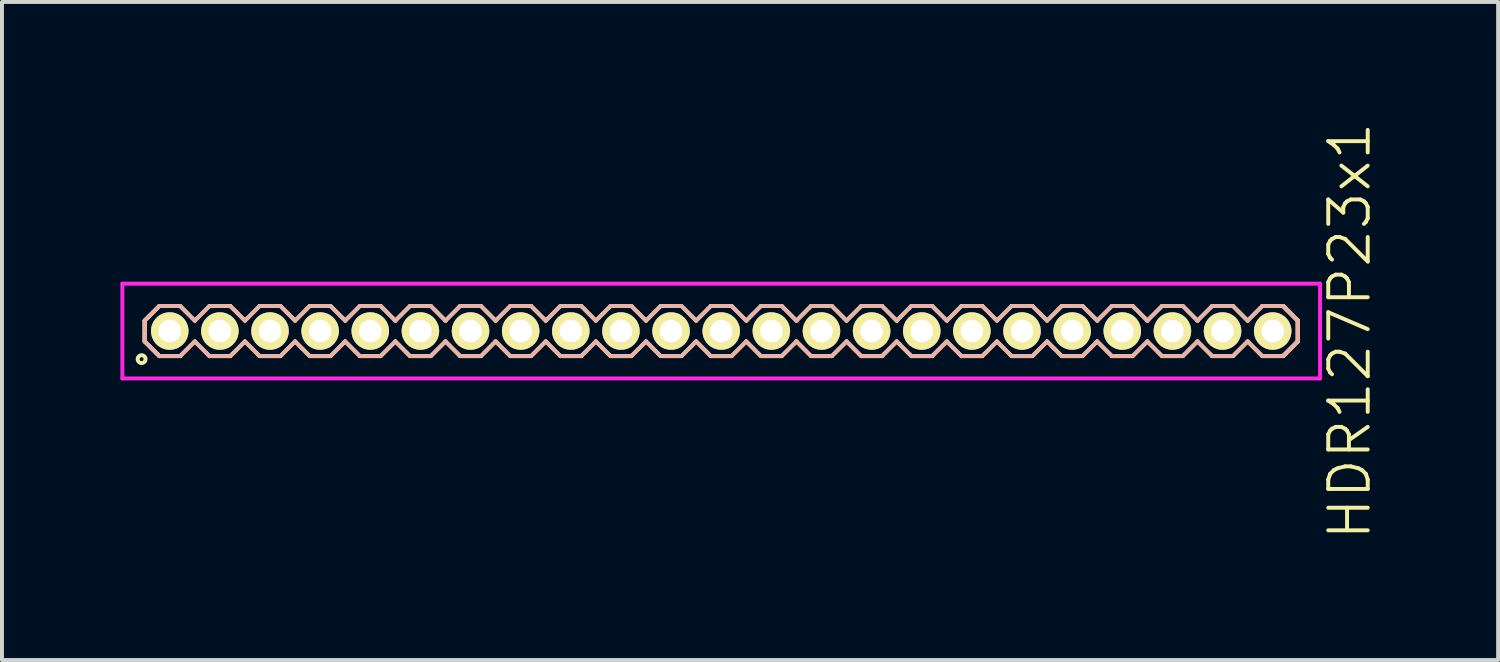
<source format=kicad_pcb>
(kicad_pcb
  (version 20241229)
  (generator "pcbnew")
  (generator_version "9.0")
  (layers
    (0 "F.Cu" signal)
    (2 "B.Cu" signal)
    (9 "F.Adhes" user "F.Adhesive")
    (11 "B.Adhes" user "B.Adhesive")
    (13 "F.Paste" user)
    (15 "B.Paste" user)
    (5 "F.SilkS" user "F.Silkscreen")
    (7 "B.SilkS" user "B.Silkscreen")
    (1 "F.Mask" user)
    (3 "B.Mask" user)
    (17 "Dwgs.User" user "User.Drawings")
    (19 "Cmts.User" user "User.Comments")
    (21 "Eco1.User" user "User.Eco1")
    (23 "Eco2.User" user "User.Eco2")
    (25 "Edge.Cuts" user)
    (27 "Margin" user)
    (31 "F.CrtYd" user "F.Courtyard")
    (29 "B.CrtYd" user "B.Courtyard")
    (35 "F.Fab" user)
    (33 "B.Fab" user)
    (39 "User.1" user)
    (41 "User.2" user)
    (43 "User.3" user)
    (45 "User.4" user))
  (footprint "HDR127P23x1"
    (layer "F.Cu")
    (at 15.22 5.336)
    (property "Reference" "HDR127P23x1" (at 15.92 0 90) (layer "F.SilkS") (effects (font (size 1 1) (thickness 0.1))))
    (attr through_hole)
    (fp_line (start -14.605 -0.263) (end -14.233 -0.635) (stroke (width 0.1) (type solid)) (layer "F.SilkS"))
    (fp_line (start -14.605 -0.263) (end -14.233 -0.635) (stroke (width 0.1) (type solid)) (layer "F.SilkS"))
    (fp_line (start -14.605 0.263) (end -14.605 -0.263) (stroke (width 0.1) (type solid)) (layer "F.SilkS"))
    (fp_line (start -14.605 0.263) (end -14.605 -0.263) (stroke (width 0.1) (type solid)) (layer "F.SilkS"))
    (fp_line (start -14.233 -0.635) (end -13.707 -0.635) (stroke (width 0.1) (type solid)) (layer "F.SilkS"))
    (fp_line (start -14.233 0.635) (end -14.605 0.263) (stroke (width 0.1) (type solid)) (layer "F.SilkS"))
    (fp_line (start -14.233 0.635) (end -14.605 0.263) (stroke (width 0.1) (type solid)) (layer "F.SilkS"))
    (fp_line (start -13.707 -0.635) (end -13.335 -0.263) (stroke (width 0.1) (type solid)) (layer "F.SilkS"))
    (fp_line (start -13.707 0.635) (end -14.233 0.635) (stroke (width 0.1) (type solid)) (layer "F.SilkS"))
    (fp_line (start -13.335 -0.263) (end -12.963 -0.635) (stroke (width 0.1) (type solid)) (layer "F.SilkS"))
    (fp_line (start -13.335 0.263) (end -13.707 0.635) (stroke (width 0.1) (type solid)) (layer "F.SilkS"))
    (fp_line (start -12.963 -0.635) (end -12.437 -0.635) (stroke (width 0.1) (type solid)) (layer "F.SilkS"))
    (fp_line (start -12.963 0.635) (end -13.335 0.263) (stroke (width 0.1) (type solid)) (layer "F.SilkS"))
    (fp_line (start -12.437 -0.635) (end -12.065 -0.263) (stroke (width 0.1) (type solid)) (layer "F.SilkS"))
    (fp_line (start -12.437 0.635) (end -12.963 0.635) (stroke (width 0.1) (type solid)) (layer "F.SilkS"))
    (fp_line (start -12.065 -0.263) (end -11.693 -0.635) (stroke (width 0.1) (type solid)) (layer "F.SilkS"))
    (fp_line (start -12.065 0.263) (end -12.437 0.635) (stroke (width 0.1) (type solid)) (layer "F.SilkS"))
    (fp_line (start -11.693 -0.635) (end -11.167 -0.635) (stroke (width 0.1) (type solid)) (layer "F.SilkS"))
    (fp_line (start -11.693 0.635) (end -12.065 0.263) (stroke (width 0.1) (type solid)) (layer "F.SilkS"))
    (fp_line (start -11.167 -0.635) (end -10.795 -0.263) (stroke (width 0.1) (type solid)) (layer "F.SilkS"))
    (fp_line (start -11.167 0.635) (end -11.693 0.635) (stroke (width 0.1) (type solid)) (layer "F.SilkS"))
    (fp_line (start -10.795 -0.263) (end -10.423 -0.635) (stroke (width 0.1) (type solid)) (layer "F.SilkS"))
    (fp_line (start -10.795 0.263) (end -11.167 0.635) (stroke (width 0.1) (type solid)) (layer "F.SilkS"))
    (fp_line (start -10.423 -0.635) (end -9.897 -0.635) (stroke (width 0.1) (type solid)) (layer "F.SilkS"))
    (fp_line (start -10.423 0.635) (end -10.795 0.263) (stroke (width 0.1) (type solid)) (layer "F.SilkS"))
    (fp_line (start -9.897 -0.635) (end -9.525 -0.263) (stroke (width 0.1) (type solid)) (layer "F.SilkS"))
    (fp_line (start -9.897 0.635) (end -10.423 0.635) (stroke (width 0.1) (type solid)) (layer "F.SilkS"))
    (fp_line (start -9.525 -0.263) (end -9.153 -0.635) (stroke (width 0.1) (type solid)) (layer "F.SilkS"))
    (fp_line (start -9.525 0.263) (end -9.897 0.635) (stroke (width 0.1) (type solid)) (layer "F.SilkS"))
    (fp_line (start -9.153 -0.635) (end -8.627 -0.635) (stroke (width 0.1) (type solid)) (layer "F.SilkS"))
    (fp_line (start -9.153 0.635) (end -9.525 0.263) (stroke (width 0.1) (type solid)) (layer "F.SilkS"))
    (fp_line (start -8.627 -0.635) (end -8.255 -0.263) (stroke (width 0.1) (type solid)) (layer "F.SilkS"))
    (fp_line (start -8.627 0.635) (end -9.153 0.635) (stroke (width 0.1) (type solid)) (layer "F.SilkS"))
    (fp_line (start -8.255 -0.263) (end -7.883 -0.635) (stroke (width 0.1) (type solid)) (layer "F.SilkS"))
    (fp_line (start -8.255 0.263) (end -8.627 0.635) (stroke (width 0.1) (type solid)) (layer "F.SilkS"))
    (fp_line (start -7.883 -0.635) (end -7.357 -0.635) (stroke (width 0.1) (type solid)) (layer "F.SilkS"))
    (fp_line (start -7.883 0.635) (end -8.255 0.263) (stroke (width 0.1) (type solid)) (layer "F.SilkS"))
    (fp_line (start -7.357 -0.635) (end -6.985 -0.263) (stroke (width 0.1) (type solid)) (layer "F.SilkS"))
    (fp_line (start -7.357 0.635) (end -7.883 0.635) (stroke (width 0.1) (type solid)) (layer "F.SilkS"))
    (fp_line (start -6.985 -0.263) (end -6.613 -0.635) (stroke (width 0.1) (type solid)) (layer "F.SilkS"))
    (fp_line (start -6.985 0.263) (end -7.357 0.635) (stroke (width 0.1) (type solid)) (layer "F.SilkS"))
    (fp_line (start -6.613 -0.635) (end -6.087 -0.635) (stroke (width 0.1) (type solid)) (layer "F.SilkS"))
    (fp_line (start -6.613 0.635) (end -6.985 0.263) (stroke (width 0.1) (type solid)) (layer "F.SilkS"))
    (fp_line (start -6.087 -0.635) (end -5.715 -0.263) (stroke (width 0.1) (type solid)) (layer "F.SilkS"))
    (fp_line (start -6.087 0.635) (end -6.613 0.635) (stroke (width 0.1) (type solid)) (layer "F.SilkS"))
    (fp_line (start -5.715 -0.263) (end -5.343 -0.635) (stroke (width 0.1) (type solid)) (layer "F.SilkS"))
    (fp_line (start -5.715 0.263) (end -6.087 0.635) (stroke (width 0.1) (type solid)) (layer "F.SilkS"))
    (fp_line (start -5.343 -0.635) (end -4.817 -0.635) (stroke (width 0.1) (type solid)) (layer "F.SilkS"))
    (fp_line (start -5.343 0.635) (end -5.715 0.263) (stroke (width 0.1) (type solid)) (layer "F.SilkS"))
    (fp_line (start -4.817 -0.635) (end -4.445 -0.263) (stroke (width 0.1) (type solid)) (layer "F.SilkS"))
    (fp_line (start -4.817 0.635) (end -5.343 0.635) (stroke (width 0.1) (type solid)) (layer "F.SilkS"))
    (fp_line (start -4.445 -0.263) (end -4.073 -0.635) (stroke (width 0.1) (type solid)) (layer "F.SilkS"))
    (fp_line (start -4.445 0.263) (end -4.817 0.635) (stroke (width 0.1) (type solid)) (layer "F.SilkS"))
    (fp_line (start -4.073 -0.635) (end -3.547 -0.635) (stroke (width 0.1) (type solid)) (layer "F.SilkS"))
    (fp_line (start -4.073 0.635) (end -4.445 0.263) (stroke (width 0.1) (type solid)) (layer "F.SilkS"))
    (fp_line (start -3.547 -0.635) (end -3.175 -0.263) (stroke (width 0.1) (type solid)) (layer "F.SilkS"))
    (fp_line (start -3.547 0.635) (end -4.073 0.635) (stroke (width 0.1) (type solid)) (layer "F.SilkS"))
    (fp_line (start -3.175 -0.263) (end -2.803 -0.635) (stroke (width 0.1) (type solid)) (layer "F.SilkS"))
    (fp_line (start -3.175 0.263) (end -3.547 0.635) (stroke (width 0.1) (type solid)) (layer "F.SilkS"))
    (fp_line (start -2.803 -0.635) (end -2.277 -0.635) (stroke (width 0.1) (type solid)) (layer "F.SilkS"))
    (fp_line (start -2.803 0.635) (end -3.175 0.263) (stroke (width 0.1) (type solid)) (layer "F.SilkS"))
    (fp_line (start -2.277 -0.635) (end -1.905 -0.263) (stroke (width 0.1) (type solid)) (layer "F.SilkS"))
    (fp_line (start -2.277 0.635) (end -2.803 0.635) (stroke (width 0.1) (type solid)) (layer "F.SilkS"))
    (fp_line (start -1.905 -0.263) (end -1.533 -0.635) (stroke (width 0.1) (type solid)) (layer "F.SilkS"))
    (fp_line (start -1.905 0.263) (end -2.277 0.635) (stroke (width 0.1) (type solid)) (layer "F.SilkS"))
    (fp_line (start -1.533 -0.635) (end -1.007 -0.635) (stroke (width 0.1) (type solid)) (layer "F.SilkS"))
    (fp_line (start -1.533 0.635) (end -1.905 0.263) (stroke (width 0.1) (type solid)) (layer "F.SilkS"))
    (fp_line (start -1.007 -0.635) (end -0.635 -0.263) (stroke (width 0.1) (type solid)) (layer "F.SilkS"))
    (fp_line (start -1.007 0.635) (end -1.533 0.635) (stroke (width 0.1) (type solid)) (layer "F.SilkS"))
    (fp_line (start -0.635 -0.263) (end -0.263 -0.635) (stroke (width 0.1) (type solid)) (layer "F.SilkS"))
    (fp_line (start -0.635 0.263) (end -1.007 0.635) (stroke (width 0.1) (type solid)) (layer "F.SilkS"))
    (fp_line (start -0.263 -0.635) (end 0.263 -0.635) (stroke (width 0.1) (type solid)) (layer "F.SilkS"))
    (fp_line (start -0.263 0.635) (end -0.635 0.263) (stroke (width 0.1) (type solid)) (layer "F.SilkS"))
    (fp_line (start 0.263 -0.635) (end 0.635 -0.263) (stroke (width 0.1) (type solid)) (layer "F.SilkS"))
    (fp_line (start 0.263 0.635) (end -0.263 0.635) (stroke (width 0.1) (type solid)) (layer "F.SilkS"))
    (fp_line (start 0.635 -0.263) (end 1.007 -0.635) (stroke (width 0.1) (type solid)) (layer "F.SilkS"))
    (fp_line (start 0.635 0.263) (end 0.263 0.635) (stroke (width 0.1) (type solid)) (layer "F.SilkS"))
    (fp_line (start 1.007 -0.635) (end 1.533 -0.635) (stroke (width 0.1) (type solid)) (layer "F.SilkS"))
    (fp_line (start 1.007 0.635) (end 0.635 0.263) (stroke (width 0.1) (type solid)) (layer "F.SilkS"))
    (fp_line (start 1.533 -0.635) (end 1.905 -0.263) (stroke (width 0.1) (type solid)) (layer "F.SilkS"))
    (fp_line (start 1.533 0.635) (end 1.007 0.635) (stroke (width 0.1) (type solid)) (layer "F.SilkS"))
    (fp_line (start 1.905 -0.263) (end 2.277 -0.635) (stroke (width 0.1) (type solid)) (layer "F.SilkS"))
    (fp_line (start 1.905 0.263) (end 1.533 0.635) (stroke (width 0.1) (type solid)) (layer "F.SilkS"))
    (fp_line (start 2.277 -0.635) (end 2.803 -0.635) (stroke (width 0.1) (type solid)) (layer "F.SilkS"))
    (fp_line (start 2.277 0.635) (end 1.905 0.263) (stroke (width 0.1) (type solid)) (layer "F.SilkS"))
    (fp_line (start 2.803 -0.635) (end 3.175 -0.263) (stroke (width 0.1) (type solid)) (layer "F.SilkS"))
    (fp_line (start 2.803 0.635) (end 2.277 0.635) (stroke (width 0.1) (type solid)) (layer "F.SilkS"))
    (fp_line (start 3.175 -0.263) (end 3.547 -0.635) (stroke (width 0.1) (type solid)) (layer "F.SilkS"))
    (fp_line (start 3.175 0.263) (end 2.803 0.635) (stroke (width 0.1) (type solid)) (layer "F.SilkS"))
    (fp_line (start 3.547 -0.635) (end 4.073 -0.635) (stroke (width 0.1) (type solid)) (layer "F.SilkS"))
    (fp_line (start 3.547 0.635) (end 3.175 0.263) (stroke (width 0.1) (type solid)) (layer "F.SilkS"))
    (fp_line (start 4.073 -0.635) (end 4.445 -0.263) (stroke (width 0.1) (type solid)) (layer "F.SilkS"))
    (fp_line (start 4.073 0.635) (end 3.547 0.635) (stroke (width 0.1) (type solid)) (layer "F.SilkS"))
    (fp_line (start 4.445 -0.263) (end 4.817 -0.635) (stroke (width 0.1) (type solid)) (layer "F.SilkS"))
    (fp_line (start 4.445 0.263) (end 4.073 0.635) (stroke (width 0.1) (type solid)) (layer "F.SilkS"))
    (fp_line (start 4.817 -0.635) (end 5.343 -0.635) (stroke (width 0.1) (type solid)) (layer "F.SilkS"))
    (fp_line (start 4.817 0.635) (end 4.445 0.263) (stroke (width 0.1) (type solid)) (layer "F.SilkS"))
    (fp_line (start 5.343 -0.635) (end 5.715 -0.263) (stroke (width 0.1) (type solid)) (layer "F.SilkS"))
    (fp_line (start 5.343 0.635) (end 4.817 0.635) (stroke (width 0.1) (type solid)) (layer "F.SilkS"))
    (fp_line (start 5.715 -0.263) (end 6.087 -0.635) (stroke (width 0.1) (type solid)) (layer "F.SilkS"))
    (fp_line (start 5.715 0.263) (end 5.343 0.635) (stroke (width 0.1) (type solid)) (layer "F.SilkS"))
    (fp_line (start 6.087 -0.635) (end 6.613 -0.635) (stroke (width 0.1) (type solid)) (layer "F.SilkS"))
    (fp_line (start 6.087 0.635) (end 5.715 0.263) (stroke (width 0.1) (type solid)) (layer "F.SilkS"))
    (fp_line (start 6.613 -0.635) (end 6.985 -0.263) (stroke (width 0.1) (type solid)) (layer "F.SilkS"))
    (fp_line (start 6.613 0.635) (end 6.087 0.635) (stroke (width 0.1) (type solid)) (layer "F.SilkS"))
    (fp_line (start 6.985 -0.263) (end 7.357 -0.635) (stroke (width 0.1) (type solid)) (layer "F.SilkS"))
    (fp_line (start 6.985 0.263) (end 6.613 0.635) (stroke (width 0.1) (type solid)) (layer "F.SilkS"))
    (fp_line (start 7.357 -0.635) (end 7.883 -0.635) (stroke (width 0.1) (type solid)) (layer "F.SilkS"))
    (fp_line (start 7.357 0.635) (end 6.985 0.263) (stroke (width 0.1) (type solid)) (layer "F.SilkS"))
    (fp_line (start 7.883 -0.635) (end 8.255 -0.263) (stroke (width 0.1) (type solid)) (layer "F.SilkS"))
    (fp_line (start 7.883 0.635) (end 7.357 0.635) (stroke (width 0.1) (type solid)) (layer "F.SilkS"))
    (fp_line (start 8.255 -0.263) (end 8.627 -0.635) (stroke (width 0.1) (type solid)) (layer "F.SilkS"))
    (fp_line (start 8.255 0.263) (end 7.883 0.635) (stroke (width 0.1) (type solid)) (layer "F.SilkS"))
    (fp_line (start 8.627 -0.635) (end 9.153 -0.635) (stroke (width 0.1) (type solid)) (layer "F.SilkS"))
    (fp_line (start 8.627 0.635) (end 8.255 0.263) (stroke (width 0.1) (type solid)) (layer "F.SilkS"))
    (fp_line (start 9.153 -0.635) (end 9.525 -0.263) (stroke (width 0.1) (type solid)) (layer "F.SilkS"))
    (fp_line (start 9.153 0.635) (end 8.627 0.635) (stroke (width 0.1) (type solid)) (layer "F.SilkS"))
    (fp_line (start 9.525 -0.263) (end 9.897 -0.635) (stroke (width 0.1) (type solid)) (layer "F.SilkS"))
    (fp_line (start 9.525 0.263) (end 9.153 0.635) (stroke (width 0.1) (type solid)) (layer "F.SilkS"))
    (fp_line (start 9.897 -0.635) (end 10.423 -0.635) (stroke (width 0.1) (type solid)) (layer "F.SilkS"))
    (fp_line (start 9.897 0.635) (end 9.525 0.263) (stroke (width 0.1) (type solid)) (layer "F.SilkS"))
    (fp_line (start 10.423 -0.635) (end 10.795 -0.263) (stroke (width 0.1) (type solid)) (layer "F.SilkS"))
    (fp_line (start 10.423 0.635) (end 9.897 0.635) (stroke (width 0.1) (type solid)) (layer "F.SilkS"))
    (fp_line (start 10.795 -0.263) (end 11.167 -0.635) (stroke (width 0.1) (type solid)) (layer "F.SilkS"))
    (fp_line (start 10.795 0.263) (end 10.423 0.635) (stroke (width 0.1) (type solid)) (layer "F.SilkS"))
    (fp_line (start 11.167 -0.635) (end 11.693 -0.635) (stroke (width 0.1) (type solid)) (layer "F.SilkS"))
    (fp_line (start 11.167 0.635) (end 10.795 0.263) (stroke (width 0.1) (type solid)) (layer "F.SilkS"))
    (fp_line (start 11.693 -0.635) (end 12.065 -0.263) (stroke (width 0.1) (type solid)) (layer "F.SilkS"))
    (fp_line (start 11.693 0.635) (end 11.167 0.635) (stroke (width 0.1) (type solid)) (layer "F.SilkS"))
    (fp_line (start 12.065 -0.263) (end 12.437 -0.635) (stroke (width 0.1) (type solid)) (layer "F.SilkS"))
    (fp_line (start 12.065 0.263) (end 11.693 0.635) (stroke (width 0.1) (type solid)) (layer "F.SilkS"))
    (fp_line (start 12.437 -0.635) (end 12.963 -0.635) (stroke (width 0.1) (type solid)) (layer "F.SilkS"))
    (fp_line (start 12.437 0.635) (end 12.065 0.263) (stroke (width 0.1) (type solid)) (layer "F.SilkS"))
    (fp_line (start 12.963 -0.635) (end 13.335 -0.263) (stroke (width 0.1) (type solid)) (layer "F.SilkS"))
    (fp_line (start 12.963 0.635) (end 12.437 0.635) (stroke (width 0.1) (type solid)) (layer "F.SilkS"))
    (fp_line (start 13.335 -0.263) (end 13.707 -0.635) (stroke (width 0.1) (type solid)) (layer "F.SilkS"))
    (fp_line (start 13.335 0.263) (end 12.963 0.635) (stroke (width 0.1) (type solid)) (layer "F.SilkS"))
    (fp_line (start 13.707 -0.635) (end 14.233 -0.635) (stroke (width 0.1) (type solid)) (layer "F.SilkS"))
    (fp_line (start 13.707 0.635) (end 13.335 0.263) (stroke (width 0.1) (type solid)) (layer "F.SilkS"))
    (fp_line (start 14.233 -0.635) (end 14.605 -0.263) (stroke (width 0.1) (type solid)) (layer "F.SilkS"))
    (fp_line (start 14.233 -0.635) (end 14.605 -0.263) (stroke (width 0.1) (type solid)) (layer "F.SilkS"))
    (fp_line (start 14.233 0.635) (end 13.707 0.635) (stroke (width 0.1) (type solid)) (layer "F.SilkS"))
    (fp_line (start 14.605 -0.263) (end 14.605 0.263) (stroke (width 0.1) (type solid)) (layer "F.SilkS"))
    (fp_line (start 14.605 -0.263) (end 14.605 0.263) (stroke (width 0.1) (type solid)) (layer "F.SilkS"))
    (fp_line (start 14.605 0.263) (end 14.233 0.635) (stroke (width 0.1) (type solid)) (layer "F.SilkS"))
    (fp_line (start 14.605 0.263) (end 14.233 0.635) (stroke (width 0.1) (type solid)) (layer "F.SilkS"))
    (fp_circle (center -14.683 0.712) (end -14.583 0.712) (stroke (width 0.1) (type solid)) (fill no) (layer "F.SilkS"))
    (fp_line (start -14.605 -0.263) (end -14.233 -0.635) (stroke (width 0.1) (type solid)) (layer "B.SilkS"))
    (fp_line (start -14.605 -0.263) (end -14.233 -0.635) (stroke (width 0.1) (type solid)) (layer "B.SilkS"))
    (fp_line (start -14.605 0.263) (end -14.605 -0.263) (stroke (width 0.1) (type solid)) (layer "B.SilkS"))
    (fp_line (start -14.605 0.263) (end -14.605 -0.263) (stroke (width 0.1) (type solid)) (layer "B.SilkS"))
    (fp_line (start -14.233 -0.635) (end -13.707 -0.635) (stroke (width 0.1) (type solid)) (layer "B.SilkS"))
    (fp_line (start -14.233 0.635) (end -14.605 0.263) (stroke (width 0.1) (type solid)) (layer "B.SilkS"))
    (fp_line (start -14.233 0.635) (end -14.605 0.263) (stroke (width 0.1) (type solid)) (layer "B.SilkS"))
    (fp_line (start -13.707 -0.635) (end -13.335 -0.263) (stroke (width 0.1) (type solid)) (layer "B.SilkS"))
    (fp_line (start -13.707 0.635) (end -14.233 0.635) (stroke (width 0.1) (type solid)) (layer "B.SilkS"))
    (fp_line (start -13.335 -0.263) (end -12.963 -0.635) (stroke (width 0.1) (type solid)) (layer "B.SilkS"))
    (fp_line (start -13.335 0.263) (end -13.707 0.635) (stroke (width 0.1) (type solid)) (layer "B.SilkS"))
    (fp_line (start -12.963 -0.635) (end -12.437 -0.635) (stroke (width 0.1) (type solid)) (layer "B.SilkS"))
    (fp_line (start -12.963 0.635) (end -13.335 0.263) (stroke (width 0.1) (type solid)) (layer "B.SilkS"))
    (fp_line (start -12.437 -0.635) (end -12.065 -0.263) (stroke (width 0.1) (type solid)) (layer "B.SilkS"))
    (fp_line (start -12.437 0.635) (end -12.963 0.635) (stroke (width 0.1) (type solid)) (layer "B.SilkS"))
    (fp_line (start -12.065 -0.263) (end -11.693 -0.635) (stroke (width 0.1) (type solid)) (layer "B.SilkS"))
    (fp_line (start -12.065 0.263) (end -12.437 0.635) (stroke (width 0.1) (type solid)) (layer "B.SilkS"))
    (fp_line (start -11.693 -0.635) (end -11.167 -0.635) (stroke (width 0.1) (type solid)) (layer "B.SilkS"))
    (fp_line (start -11.693 0.635) (end -12.065 0.263) (stroke (width 0.1) (type solid)) (layer "B.SilkS"))
    (fp_line (start -11.167 -0.635) (end -10.795 -0.263) (stroke (width 0.1) (type solid)) (layer "B.SilkS"))
    (fp_line (start -11.167 0.635) (end -11.693 0.635) (stroke (width 0.1) (type solid)) (layer "B.SilkS"))
    (fp_line (start -10.795 -0.263) (end -10.423 -0.635) (stroke (width 0.1) (type solid)) (layer "B.SilkS"))
    (fp_line (start -10.795 0.263) (end -11.167 0.635) (stroke (width 0.1) (type solid)) (layer "B.SilkS"))
    (fp_line (start -10.423 -0.635) (end -9.897 -0.635) (stroke (width 0.1) (type solid)) (layer "B.SilkS"))
    (fp_line (start -10.423 0.635) (end -10.795 0.263) (stroke (width 0.1) (type solid)) (layer "B.SilkS"))
    (fp_line (start -9.897 -0.635) (end -9.525 -0.263) (stroke (width 0.1) (type solid)) (layer "B.SilkS"))
    (fp_line (start -9.897 0.635) (end -10.423 0.635) (stroke (width 0.1) (type solid)) (layer "B.SilkS"))
    (fp_line (start -9.525 -0.263) (end -9.153 -0.635) (stroke (width 0.1) (type solid)) (layer "B.SilkS"))
    (fp_line (start -9.525 0.263) (end -9.897 0.635) (stroke (width 0.1) (type solid)) (layer "B.SilkS"))
    (fp_line (start -9.153 -0.635) (end -8.627 -0.635) (stroke (width 0.1) (type solid)) (layer "B.SilkS"))
    (fp_line (start -9.153 0.635) (end -9.525 0.263) (stroke (width 0.1) (type solid)) (layer "B.SilkS"))
    (fp_line (start -8.627 -0.635) (end -8.255 -0.263) (stroke (width 0.1) (type solid)) (layer "B.SilkS"))
    (fp_line (start -8.627 0.635) (end -9.153 0.635) (stroke (width 0.1) (type solid)) (layer "B.SilkS"))
    (fp_line (start -8.255 -0.263) (end -7.883 -0.635) (stroke (width 0.1) (type solid)) (layer "B.SilkS"))
    (fp_line (start -8.255 0.263) (end -8.627 0.635) (stroke (width 0.1) (type solid)) (layer "B.SilkS"))
    (fp_line (start -7.883 -0.635) (end -7.357 -0.635) (stroke (width 0.1) (type solid)) (layer "B.SilkS"))
    (fp_line (start -7.883 0.635) (end -8.255 0.263) (stroke (width 0.1) (type solid)) (layer "B.SilkS"))
    (fp_line (start -7.357 -0.635) (end -6.985 -0.263) (stroke (width 0.1) (type solid)) (layer "B.SilkS"))
    (fp_line (start -7.357 0.635) (end -7.883 0.635) (stroke (width 0.1) (type solid)) (layer "B.SilkS"))
    (fp_line (start -6.985 -0.263) (end -6.613 -0.635) (stroke (width 0.1) (type solid)) (layer "B.SilkS"))
    (fp_line (start -6.985 0.263) (end -7.357 0.635) (stroke (width 0.1) (type solid)) (layer "B.SilkS"))
    (fp_line (start -6.613 -0.635) (end -6.087 -0.635) (stroke (width 0.1) (type solid)) (layer "B.SilkS"))
    (fp_line (start -6.613 0.635) (end -6.985 0.263) (stroke (width 0.1) (type solid)) (layer "B.SilkS"))
    (fp_line (start -6.087 -0.635) (end -5.715 -0.263) (stroke (width 0.1) (type solid)) (layer "B.SilkS"))
    (fp_line (start -6.087 0.635) (end -6.613 0.635) (stroke (width 0.1) (type solid)) (layer "B.SilkS"))
    (fp_line (start -5.715 -0.263) (end -5.343 -0.635) (stroke (width 0.1) (type solid)) (layer "B.SilkS"))
    (fp_line (start -5.715 0.263) (end -6.087 0.635) (stroke (width 0.1) (type solid)) (layer "B.SilkS"))
    (fp_line (start -5.343 -0.635) (end -4.817 -0.635) (stroke (width 0.1) (type solid)) (layer "B.SilkS"))
    (fp_line (start -5.343 0.635) (end -5.715 0.263) (stroke (width 0.1) (type solid)) (layer "B.SilkS"))
    (fp_line (start -4.817 -0.635) (end -4.445 -0.263) (stroke (width 0.1) (type solid)) (layer "B.SilkS"))
    (fp_line (start -4.817 0.635) (end -5.343 0.635) (stroke (width 0.1) (type solid)) (layer "B.SilkS"))
    (fp_line (start -4.445 -0.263) (end -4.073 -0.635) (stroke (width 0.1) (type solid)) (layer "B.SilkS"))
    (fp_line (start -4.445 0.263) (end -4.817 0.635) (stroke (width 0.1) (type solid)) (layer "B.SilkS"))
    (fp_line (start -4.073 -0.635) (end -3.547 -0.635) (stroke (width 0.1) (type solid)) (layer "B.SilkS"))
    (fp_line (start -4.073 0.635) (end -4.445 0.263) (stroke (width 0.1) (type solid)) (layer "B.SilkS"))
    (fp_line (start -3.547 -0.635) (end -3.175 -0.263) (stroke (width 0.1) (type solid)) (layer "B.SilkS"))
    (fp_line (start -3.547 0.635) (end -4.073 0.635) (stroke (width 0.1) (type solid)) (layer "B.SilkS"))
    (fp_line (start -3.175 -0.263) (end -2.803 -0.635) (stroke (width 0.1) (type solid)) (layer "B.SilkS"))
    (fp_line (start -3.175 0.263) (end -3.547 0.635) (stroke (width 0.1) (type solid)) (layer "B.SilkS"))
    (fp_line (start -2.803 -0.635) (end -2.277 -0.635) (stroke (width 0.1) (type solid)) (layer "B.SilkS"))
    (fp_line (start -2.803 0.635) (end -3.175 0.263) (stroke (width 0.1) (type solid)) (layer "B.SilkS"))
    (fp_line (start -2.277 -0.635) (end -1.905 -0.263) (stroke (width 0.1) (type solid)) (layer "B.SilkS"))
    (fp_line (start -2.277 0.635) (end -2.803 0.635) (stroke (width 0.1) (type solid)) (layer "B.SilkS"))
    (fp_line (start -1.905 -0.263) (end -1.533 -0.635) (stroke (width 0.1) (type solid)) (layer "B.SilkS"))
    (fp_line (start -1.905 0.263) (end -2.277 0.635) (stroke (width 0.1) (type solid)) (layer "B.SilkS"))
    (fp_line (start -1.533 -0.635) (end -1.007 -0.635) (stroke (width 0.1) (type solid)) (layer "B.SilkS"))
    (fp_line (start -1.533 0.635) (end -1.905 0.263) (stroke (width 0.1) (type solid)) (layer "B.SilkS"))
    (fp_line (start -1.007 -0.635) (end -0.635 -0.263) (stroke (width 0.1) (type solid)) (layer "B.SilkS"))
    (fp_line (start -1.007 0.635) (end -1.533 0.635) (stroke (width 0.1) (type solid)) (layer "B.SilkS"))
    (fp_line (start -0.635 -0.263) (end -0.263 -0.635) (stroke (width 0.1) (type solid)) (layer "B.SilkS"))
    (fp_line (start -0.635 0.263) (end -1.007 0.635) (stroke (width 0.1) (type solid)) (layer "B.SilkS"))
    (fp_line (start -0.263 -0.635) (end 0.263 -0.635) (stroke (width 0.1) (type solid)) (layer "B.SilkS"))
    (fp_line (start -0.263 0.635) (end -0.635 0.263) (stroke (width 0.1) (type solid)) (layer "B.SilkS"))
    (fp_line (start 0.263 -0.635) (end 0.635 -0.263) (stroke (width 0.1) (type solid)) (layer "B.SilkS"))
    (fp_line (start 0.263 0.635) (end -0.263 0.635) (stroke (width 0.1) (type solid)) (layer "B.SilkS"))
    (fp_line (start 0.635 -0.263) (end 1.007 -0.635) (stroke (width 0.1) (type solid)) (layer "B.SilkS"))
    (fp_line (start 0.635 0.263) (end 0.263 0.635) (stroke (width 0.1) (type solid)) (layer "B.SilkS"))
    (fp_line (start 1.007 -0.635) (end 1.533 -0.635) (stroke (width 0.1) (type solid)) (layer "B.SilkS"))
    (fp_line (start 1.007 0.635) (end 0.635 0.263) (stroke (width 0.1) (type solid)) (layer "B.SilkS"))
    (fp_line (start 1.533 -0.635) (end 1.905 -0.263) (stroke (width 0.1) (type solid)) (layer "B.SilkS"))
    (fp_line (start 1.533 0.635) (end 1.007 0.635) (stroke (width 0.1) (type solid)) (layer "B.SilkS"))
    (fp_line (start 1.905 -0.263) (end 2.277 -0.635) (stroke (width 0.1) (type solid)) (layer "B.SilkS"))
    (fp_line (start 1.905 0.263) (end 1.533 0.635) (stroke (width 0.1) (type solid)) (layer "B.SilkS"))
    (fp_line (start 2.277 -0.635) (end 2.803 -0.635) (stroke (width 0.1) (type solid)) (layer "B.SilkS"))
    (fp_line (start 2.277 0.635) (end 1.905 0.263) (stroke (width 0.1) (type solid)) (layer "B.SilkS"))
    (fp_line (start 2.803 -0.635) (end 3.175 -0.263) (stroke (width 0.1) (type solid)) (layer "B.SilkS"))
    (fp_line (start 2.803 0.635) (end 2.277 0.635) (stroke (width 0.1) (type solid)) (layer "B.SilkS"))
    (fp_line (start 3.175 -0.263) (end 3.547 -0.635) (stroke (width 0.1) (type solid)) (layer "B.SilkS"))
    (fp_line (start 3.175 0.263) (end 2.803 0.635) (stroke (width 0.1) (type solid)) (layer "B.SilkS"))
    (fp_line (start 3.547 -0.635) (end 4.073 -0.635) (stroke (width 0.1) (type solid)) (layer "B.SilkS"))
    (fp_line (start 3.547 0.635) (end 3.175 0.263) (stroke (width 0.1) (type solid)) (layer "B.SilkS"))
    (fp_line (start 4.073 -0.635) (end 4.445 -0.263) (stroke (width 0.1) (type solid)) (layer "B.SilkS"))
    (fp_line (start 4.073 0.635) (end 3.547 0.635) (stroke (width 0.1) (type solid)) (layer "B.SilkS"))
    (fp_line (start 4.445 -0.263) (end 4.817 -0.635) (stroke (width 0.1) (type solid)) (layer "B.SilkS"))
    (fp_line (start 4.445 0.263) (end 4.073 0.635) (stroke (width 0.1) (type solid)) (layer "B.SilkS"))
    (fp_line (start 4.817 -0.635) (end 5.343 -0.635) (stroke (width 0.1) (type solid)) (layer "B.SilkS"))
    (fp_line (start 4.817 0.635) (end 4.445 0.263) (stroke (width 0.1) (type solid)) (layer "B.SilkS"))
    (fp_line (start 5.343 -0.635) (end 5.715 -0.263) (stroke (width 0.1) (type solid)) (layer "B.SilkS"))
    (fp_line (start 5.343 0.635) (end 4.817 0.635) (stroke (width 0.1) (type solid)) (layer "B.SilkS"))
    (fp_line (start 5.715 -0.263) (end 6.087 -0.635) (stroke (width 0.1) (type solid)) (layer "B.SilkS"))
    (fp_line (start 5.715 0.263) (end 5.343 0.635) (stroke (width 0.1) (type solid)) (layer "B.SilkS"))
    (fp_line (start 6.087 -0.635) (end 6.613 -0.635) (stroke (width 0.1) (type solid)) (layer "B.SilkS"))
    (fp_line (start 6.087 0.635) (end 5.715 0.263) (stroke (width 0.1) (type solid)) (layer "B.SilkS"))
    (fp_line (start 6.613 -0.635) (end 6.985 -0.263) (stroke (width 0.1) (type solid)) (layer "B.SilkS"))
    (fp_line (start 6.613 0.635) (end 6.087 0.635) (stroke (width 0.1) (type solid)) (layer "B.SilkS"))
    (fp_line (start 6.985 -0.263) (end 7.357 -0.635) (stroke (width 0.1) (type solid)) (layer "B.SilkS"))
    (fp_line (start 6.985 0.263) (end 6.613 0.635) (stroke (width 0.1) (type solid)) (layer "B.SilkS"))
    (fp_line (start 7.357 -0.635) (end 7.883 -0.635) (stroke (width 0.1) (type solid)) (layer "B.SilkS"))
    (fp_line (start 7.357 0.635) (end 6.985 0.263) (stroke (width 0.1) (type solid)) (layer "B.SilkS"))
    (fp_line (start 7.883 -0.635) (end 8.255 -0.263) (stroke (width 0.1) (type solid)) (layer "B.SilkS"))
    (fp_line (start 7.883 0.635) (end 7.357 0.635) (stroke (width 0.1) (type solid)) (layer "B.SilkS"))
    (fp_line (start 8.255 -0.263) (end 8.627 -0.635) (stroke (width 0.1) (type solid)) (layer "B.SilkS"))
    (fp_line (start 8.255 0.263) (end 7.883 0.635) (stroke (width 0.1) (type solid)) (layer "B.SilkS"))
    (fp_line (start 8.627 -0.635) (end 9.153 -0.635) (stroke (width 0.1) (type solid)) (layer "B.SilkS"))
    (fp_line (start 8.627 0.635) (end 8.255 0.263) (stroke (width 0.1) (type solid)) (layer "B.SilkS"))
    (fp_line (start 9.153 -0.635) (end 9.525 -0.263) (stroke (width 0.1) (type solid)) (layer "B.SilkS"))
    (fp_line (start 9.153 0.635) (end 8.627 0.635) (stroke (width 0.1) (type solid)) (layer "B.SilkS"))
    (fp_line (start 9.525 -0.263) (end 9.897 -0.635) (stroke (width 0.1) (type solid)) (layer "B.SilkS"))
    (fp_line (start 9.525 0.263) (end 9.153 0.635) (stroke (width 0.1) (type solid)) (layer "B.SilkS"))
    (fp_line (start 9.897 -0.635) (end 10.423 -0.635) (stroke (width 0.1) (type solid)) (layer "B.SilkS"))
    (fp_line (start 9.897 0.635) (end 9.525 0.263) (stroke (width 0.1) (type solid)) (layer "B.SilkS"))
    (fp_line (start 10.423 -0.635) (end 10.795 -0.263) (stroke (width 0.1) (type solid)) (layer "B.SilkS"))
    (fp_line (start 10.423 0.635) (end 9.897 0.635) (stroke (width 0.1) (type solid)) (layer "B.SilkS"))
    (fp_line (start 10.795 -0.263) (end 11.167 -0.635) (stroke (width 0.1) (type solid)) (layer "B.SilkS"))
    (fp_line (start 10.795 0.263) (end 10.423 0.635) (stroke (width 0.1) (type solid)) (layer "B.SilkS"))
    (fp_line (start 11.167 -0.635) (end 11.693 -0.635) (stroke (width 0.1) (type solid)) (layer "B.SilkS"))
    (fp_line (start 11.167 0.635) (end 10.795 0.263) (stroke (width 0.1) (type solid)) (layer "B.SilkS"))
    (fp_line (start 11.693 -0.635) (end 12.065 -0.263) (stroke (width 0.1) (type solid)) (layer "B.SilkS"))
    (fp_line (start 11.693 0.635) (end 11.167 0.635) (stroke (width 0.1) (type solid)) (layer "B.SilkS"))
    (fp_line (start 12.065 -0.263) (end 12.437 -0.635) (stroke (width 0.1) (type solid)) (layer "B.SilkS"))
    (fp_line (start 12.065 0.263) (end 11.693 0.635) (stroke (width 0.1) (type solid)) (layer "B.SilkS"))
    (fp_line (start 12.437 -0.635) (end 12.963 -0.635) (stroke (width 0.1) (type solid)) (layer "B.SilkS"))
    (fp_line (start 12.437 0.635) (end 12.065 0.263) (stroke (width 0.1) (type solid)) (layer "B.SilkS"))
    (fp_line (start 12.963 -0.635) (end 13.335 -0.263) (stroke (width 0.1) (type solid)) (layer "B.SilkS"))
    (fp_line (start 12.963 0.635) (end 12.437 0.635) (stroke (width 0.1) (type solid)) (layer "B.SilkS"))
    (fp_line (start 13.335 -0.263) (end 13.707 -0.635) (stroke (width 0.1) (type solid)) (layer "B.SilkS"))
    (fp_line (start 13.335 0.263) (end 12.963 0.635) (stroke (width 0.1) (type solid)) (layer "B.SilkS"))
    (fp_line (start 13.707 -0.635) (end 14.233 -0.635) (stroke (width 0.1) (type solid)) (layer "B.SilkS"))
    (fp_line (start 13.707 0.635) (end 13.335 0.263) (stroke (width 0.1) (type solid)) (layer "B.SilkS"))
    (fp_line (start 14.233 -0.635) (end 14.605 -0.263) (stroke (width 0.1) (type solid)) (layer "B.SilkS"))
    (fp_line (start 14.233 -0.635) (end 14.605 -0.263) (stroke (width 0.1) (type solid)) (layer "B.SilkS"))
    (fp_line (start 14.233 0.635) (end 13.707 0.635) (stroke (width 0.1) (type solid)) (layer "B.SilkS"))
    (fp_line (start 14.605 -0.263) (end 14.605 0.263) (stroke (width 0.1) (type solid)) (layer "B.SilkS"))
    (fp_line (start 14.605 -0.263) (end 14.605 0.263) (stroke (width 0.1) (type solid)) (layer "B.SilkS"))
    (fp_line (start 14.605 0.263) (end 14.233 0.635) (stroke (width 0.1) (type solid)) (layer "B.SilkS"))
    (fp_line (start 14.605 0.263) (end 14.233 0.635) (stroke (width 0.1) (type solid)) (layer "B.SilkS"))
    (fp_line (start -15.17 -1.2) (end -15.17 1.2) (stroke (width 0.1) (type solid)) (layer "F.CrtYd"))
    (fp_line (start -15.17 1.2) (end 15.17 1.2) (stroke (width 0.1) (type solid)) (layer "F.CrtYd"))
    (fp_line (start 15.17 -1.2) (end -15.17 -1.2) (stroke (width 0.1) (type solid)) (layer "F.CrtYd"))
    (fp_line (start 15.17 1.2) (end 15.17 -1.2) (stroke (width 0.1) (type solid)) (layer "F.CrtYd"))
    (pad "1" thru_hole oval (at -13.97 0) (size 0.95 0.95) (drill 0.57) (layers "*.Cu" "*.Mask" "F.SilkS"))
    (pad "2" thru_hole oval (at -12.7 0) (size 0.95 0.95) (drill 0.57) (layers "*.Cu" "*.Mask" "F.SilkS"))
    (pad "3" thru_hole oval (at -11.43 0) (size 0.95 0.95) (drill 0.57) (layers "*.Cu" "*.Mask" "F.SilkS"))
    (pad "4" thru_hole oval (at -10.16 0) (size 0.95 0.95) (drill 0.57) (layers "*.Cu" "*.Mask" "F.SilkS"))
    (pad "5" thru_hole oval (at -8.89 0) (size 0.95 0.95) (drill 0.57) (layers "*.Cu" "*.Mask" "F.SilkS"))
    (pad "6" thru_hole oval (at -7.62 0) (size 0.95 0.95) (drill 0.57) (layers "*.Cu" "*.Mask" "F.SilkS"))
    (pad "7" thru_hole oval (at -6.35 0) (size 0.95 0.95) (drill 0.57) (layers "*.Cu" "*.Mask" "F.SilkS"))
    (pad "8" thru_hole oval (at -5.08 0) (size 0.95 0.95) (drill 0.57) (layers "*.Cu" "*.Mask" "F.SilkS"))
    (pad "9" thru_hole oval (at -3.81 0) (size 0.95 0.95) (drill 0.57) (layers "*.Cu" "*.Mask" "F.SilkS"))
    (pad "10" thru_hole oval (at -2.54 0) (size 0.95 0.95) (drill 0.57) (layers "*.Cu" "*.Mask" "F.SilkS"))
    (pad "11" thru_hole oval (at -1.27 0) (size 0.95 0.95) (drill 0.57) (layers "*.Cu" "*.Mask" "F.SilkS"))
    (pad "12" thru_hole oval (at 0 0) (size 0.95 0.95) (drill 0.57) (layers "*.Cu" "*.Mask" "F.SilkS"))
    (pad "13" thru_hole oval (at 1.27 0) (size 0.95 0.95) (drill 0.57) (layers "*.Cu" "*.Mask" "F.SilkS"))
    (pad "14" thru_hole oval (at 2.54 0) (size 0.95 0.95) (drill 0.57) (layers "*.Cu" "*.Mask" "F.SilkS"))
    (pad "15" thru_hole oval (at 3.81 0) (size 0.95 0.95) (drill 0.57) (layers "*.Cu" "*.Mask" "F.SilkS"))
    (pad "16" thru_hole oval (at 5.08 0) (size 0.95 0.95) (drill 0.57) (layers "*.Cu" "*.Mask" "F.SilkS"))
    (pad "17" thru_hole oval (at 6.35 0) (size 0.95 0.95) (drill 0.57) (layers "*.Cu" "*.Mask" "F.SilkS"))
    (pad "18" thru_hole oval (at 7.62 0) (size 0.95 0.95) (drill 0.57) (layers "*.Cu" "*.Mask" "F.SilkS"))
    (pad "19" thru_hole oval (at 8.89 0) (size 0.95 0.95) (drill 0.57) (layers "*.Cu" "*.Mask" "F.SilkS"))
    (pad "20" thru_hole oval (at 10.16 0) (size 0.95 0.95) (drill 0.57) (layers "*.Cu" "*.Mask" "F.SilkS"))
    (pad "21" thru_hole oval (at 11.43 0) (size 0.95 0.95) (drill 0.57) (layers "*.Cu" "*.Mask" "F.SilkS"))
    (pad "22" thru_hole oval (at 12.7 0) (size 0.95 0.95) (drill 0.57) (layers "*.Cu" "*.Mask" "F.SilkS"))
    (pad "23" thru_hole oval (at 13.97 0) (size 0.95 0.95) (drill 0.57) (layers "*.Cu" "*.Mask" "F.SilkS")))
  (gr_rect
    (start -3 -3)
    (end 34.901 13.671)
    (stroke (width 0.1) (type default))
    (fill no)
    (layer "Edge.Cuts")))
</source>
